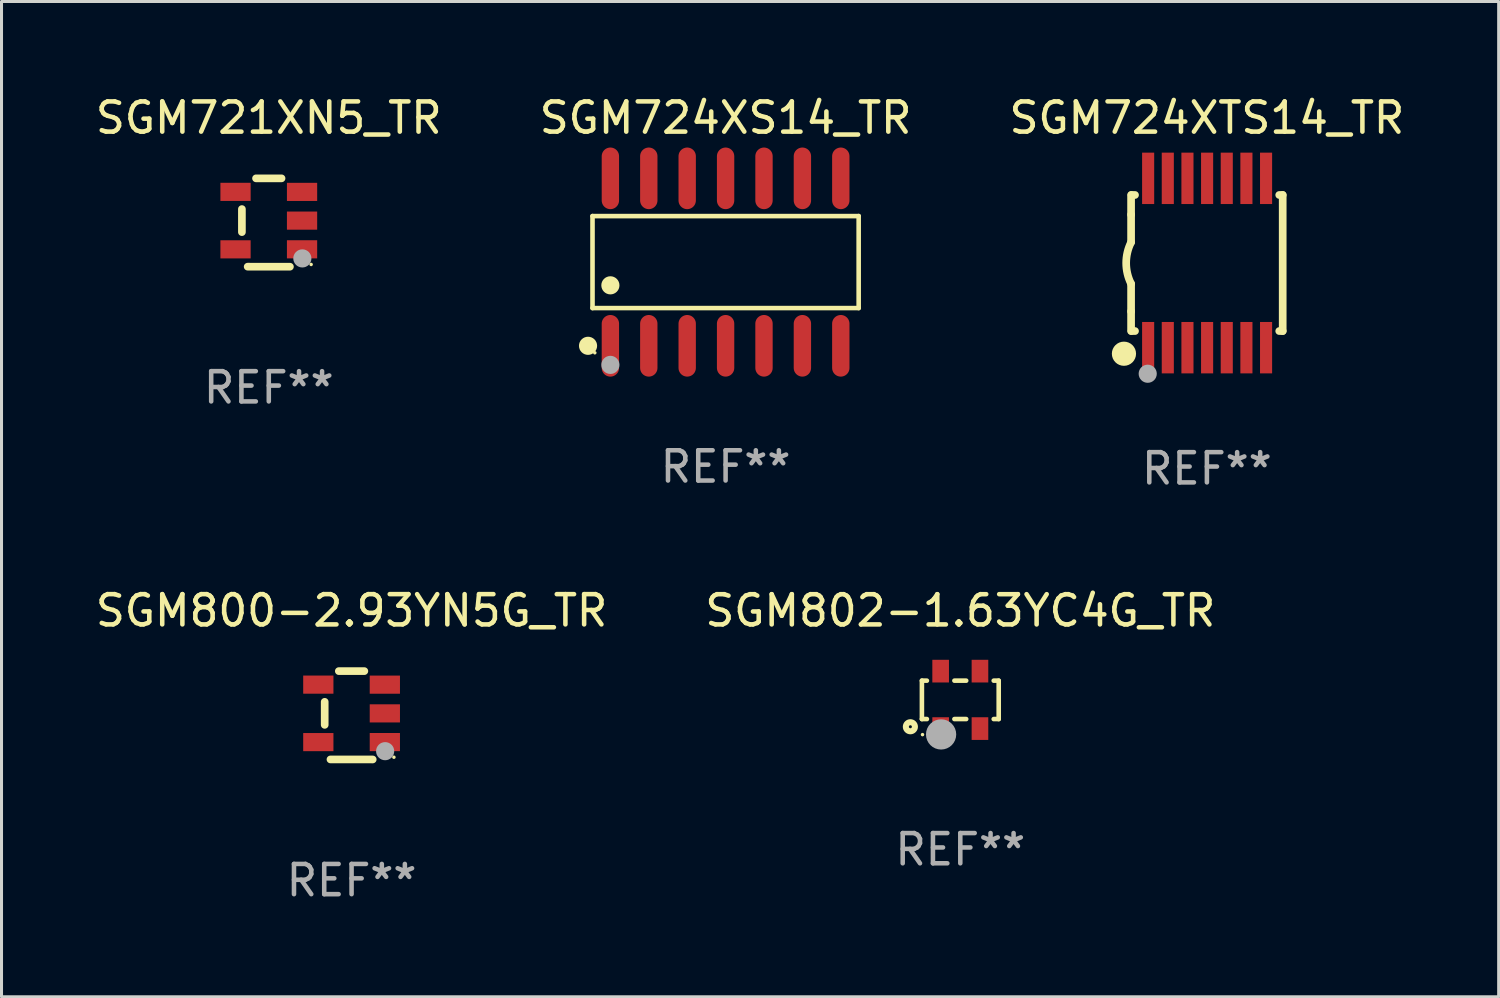
<source format=kicad_pcb>
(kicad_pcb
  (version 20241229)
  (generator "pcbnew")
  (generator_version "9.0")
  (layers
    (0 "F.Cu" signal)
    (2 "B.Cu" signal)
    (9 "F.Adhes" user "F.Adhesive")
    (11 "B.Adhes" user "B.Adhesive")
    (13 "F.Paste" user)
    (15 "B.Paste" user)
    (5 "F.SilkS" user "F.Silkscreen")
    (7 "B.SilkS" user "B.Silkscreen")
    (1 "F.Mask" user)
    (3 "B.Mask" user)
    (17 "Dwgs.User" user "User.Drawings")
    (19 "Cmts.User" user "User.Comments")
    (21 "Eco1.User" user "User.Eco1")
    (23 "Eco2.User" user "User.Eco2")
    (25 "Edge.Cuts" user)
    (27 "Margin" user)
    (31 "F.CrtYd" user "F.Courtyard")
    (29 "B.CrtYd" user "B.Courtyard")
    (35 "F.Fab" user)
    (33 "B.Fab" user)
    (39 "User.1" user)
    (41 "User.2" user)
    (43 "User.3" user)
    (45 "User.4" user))
  (footprint "SGM724XTS14_TR"
    (layer "F.Cu")
    (at 36.863 5.648)
    (property "Reference" "SGM724XTS14_TR" (at 0 -4.8 0) (layer "F.SilkS") (effects (font (size 1 1) (thickness 0.15))))
    (attr through_hole)
    (fp_line (start -2.507 -1.6) (end -2.507 -2.25) (stroke (width 0.254) (type solid)) (layer "F.SilkS"))
    (fp_line (start -2.507 -0.686) (end -2.507 -1.6) (stroke (width 0.254) (type solid)) (layer "F.SilkS"))
    (fp_line (start -2.507 1.6) (end -2.507 0.686) (stroke (width 0.254) (type solid)) (layer "F.SilkS"))
    (fp_line (start -2.507 1.6) (end -2.507 2.25) (stroke (width 0.254) (type solid)) (layer "F.SilkS"))
    (fp_line (start -2.493 -2.25) (end -2.377 -2.25) (stroke (width 0.254) (type solid)) (layer "F.SilkS"))
    (fp_line (start -2.377 2.25) (end -2.493 2.25) (stroke (width 0.254) (type solid)) (layer "F.SilkS"))
    (fp_line (start 2.392 -2.25) (end 2.507 -2.25) (stroke (width 0.254) (type solid)) (layer "F.SilkS"))
    (fp_line (start 2.507 -2.25) (end 2.507 2.25) (stroke (width 0.254) (type solid)) (layer "F.SilkS"))
    (fp_line (start 2.507 2.25) (end 2.392 2.25) (stroke (width 0.254) (type solid)) (layer "F.SilkS"))
    (fp_arc (start -2.507303 0.685802) (mid -2.669199 0) (end -2.507303 -0.685801) (stroke (width 0.254001) (type solid)) (layer "F.SilkS"))
    (fp_circle (center -2.743 3) (end -2.543 3) (stroke (width 0.4) (type solid)) (fill no) (layer "F.SilkS"))
    (fp_circle (center -2.493 3.2) (end -2.463 3.2) (stroke (width 0.06) (type solid)) (fill no) (layer "F.SilkS"))
    (fp_circle (center -1.957 3.662) (end -1.807 3.662) (stroke (width 0.3) (type solid)) (fill no) (layer "F.Fab"))
    (fp_text user "REF**" (at 0 6.8 0) (layer "F.Fab") (effects (font (size 1 1) (thickness 0.15))))
    (pad "1" smd rect (at -1.943 2.8) (size 0.4 1.7) (layers "F.Cu" "F.Mask" "F.Paste"))
    (pad "2" smd rect (at -1.293 2.8) (size 0.4 1.7) (layers "F.Cu" "F.Mask" "F.Paste"))
    (pad "3" smd rect (at -0.643 2.8) (size 0.4 1.7) (layers "F.Cu" "F.Mask" "F.Paste"))
    (pad "4" smd rect (at 0.007 2.8) (size 0.4 1.7) (layers "F.Cu" "F.Mask" "F.Paste"))
    (pad "5" smd rect (at 0.657 2.8) (size 0.4 1.7) (layers "F.Cu" "F.Mask" "F.Paste"))
    (pad "6" smd rect (at 1.307 2.8) (size 0.4 1.7) (layers "F.Cu" "F.Mask" "F.Paste"))
    (pad "7" smd rect (at 1.957 2.8) (size 0.4 1.7) (layers "F.Cu" "F.Mask" "F.Paste"))
    (pad "8" smd rect (at 1.957 -2.8) (size 0.4 1.7) (layers "F.Cu" "F.Mask" "F.Paste"))
    (pad "9" smd rect (at 1.307 -2.8) (size 0.4 1.7) (layers "F.Cu" "F.Mask" "F.Paste"))
    (pad "10" smd rect (at 0.657 -2.8) (size 0.4 1.7) (layers "F.Cu" "F.Mask" "F.Paste"))
    (pad "11" smd rect (at 0.007 -2.8) (size 0.4 1.7) (layers "F.Cu" "F.Mask" "F.Paste"))
    (pad "12" smd rect (at -0.643 -2.8) (size 0.4 1.7) (layers "F.Cu" "F.Mask" "F.Paste"))
    (pad "13" smd rect (at -1.293 -2.8) (size 0.4 1.7) (layers "F.Cu" "F.Mask" "F.Paste"))
    (pad "14" smd rect (at -1.943 -2.8) (size 0.4 1.7) (layers "F.Cu" "F.Mask" "F.Paste")))
  (footprint "SGM721XN5_TR"
    (layer "F.Cu")
    (at 5.839 4.309)
    (property "Reference" "SGM721XN5_TR" (at 0 -3.461 0) (layer "F.SilkS") (effects (font (size 1 1) (thickness 0.15))))
    (attr through_hole)
    (fp_line (start -0.889 0.317) (end -0.889 -0.445) (stroke (width 0.254) (type solid)) (layer "F.SilkS"))
    (fp_line (start -0.698 1.46) (end 0.699 1.461) (stroke (width 0.254) (type solid)) (layer "F.SilkS"))
    (fp_line (start -0.422 -1.461) (end 0.422 -1.461) (stroke (width 0.254) (type solid)) (layer "F.SilkS"))
    (fp_circle (center 1.4 1.387) (end 1.43 1.387) (stroke (width 0.06) (type solid)) (fill no) (layer "F.SilkS"))
    (fp_circle (center 1.11 1.187) (end 1.26 1.187) (stroke (width 0.3) (type solid)) (fill no) (layer "F.Fab"))
    (fp_text user "REF**" (at 0 5.461 0) (layer "F.Fab") (effects (font (size 1 1) (thickness 0.15))))
    (pad "1" smd rect (at 1.1 0.886 90) (size 0.6 1) (layers "F.Cu" "F.Mask" "F.Paste"))
    (pad "2" smd rect (at 1.1 -0.063 90) (size 0.6 1) (layers "F.Cu" "F.Mask" "F.Paste"))
    (pad "3" smd rect (at 1.1 -1.013 90) (size 0.6 1) (layers "F.Cu" "F.Mask" "F.Paste"))
    (pad "4" smd rect (at -1.1 -1.014 90) (size 0.6 1) (layers "F.Cu" "F.Mask" "F.Paste"))
    (pad "5" smd rect (at -1.1 0.887 90) (size 0.6 1) (layers "F.Cu" "F.Mask" "F.Paste")))
  (footprint "SGM802-1.63YC4G_TR"
    (layer "F.Cu")
    (at 28.708 20.095)
    (property "Reference" "SGM802-1.63YC4G_TR" (at 0 -2.95 0) (layer "F.SilkS") (effects (font (size 1 1) (thickness 0.15))))
    (attr through_hole)
    (fp_line (start -1.27 -0.635) (end -1.105 -0.635) (stroke (width 0.152) (type solid)) (layer "F.SilkS"))
    (fp_line (start -1.27 0.635) (end -1.27 -0.635) (stroke (width 0.152) (type solid)) (layer "F.SilkS"))
    (fp_line (start -1.105 0.635) (end -1.27 0.635) (stroke (width 0.152) (type solid)) (layer "F.SilkS"))
    (fp_line (start -0.195 -0.635) (end 0.195 -0.635) (stroke (width 0.152) (type solid)) (layer "F.SilkS"))
    (fp_line (start 0.195 0.635) (end -0.195 0.635) (stroke (width 0.152) (type solid)) (layer "F.SilkS"))
    (fp_line (start 1.105 -0.635) (end 1.27 -0.635) (stroke (width 0.152) (type solid)) (layer "F.SilkS"))
    (fp_line (start 1.27 -0.635) (end 1.27 0.635) (stroke (width 0.152) (type solid)) (layer "F.SilkS"))
    (fp_line (start 1.27 0.635) (end 1.105 0.635) (stroke (width 0.152) (type solid)) (layer "F.SilkS"))
    (fp_circle (center -1.651 0.889) (end -1.501 0.889) (stroke (width 0.2) (type solid)) (fill no) (layer "F.SilkS"))
    (fp_circle (center -1.25 1.15) (end -1.22 1.15) (stroke (width 0.06) (type solid)) (fill no) (layer "F.SilkS"))
    (fp_circle (center -0.635 1.143) (end -0.385 1.143) (stroke (width 0.5) (type solid)) (fill no) (layer "F.Fab"))
    (fp_text user "REF**" (at 0 4.95 0) (layer "F.Fab") (effects (font (size 1 1) (thickness 0.15))))
    (pad "1" smd rect (at -0.65 0.95) (size 0.55 0.75) (layers "F.Cu" "F.Mask" "F.Paste"))
    (pad "2" smd rect (at 0.65 0.95) (size 0.55 0.75) (layers "F.Cu" "F.Mask" "F.Paste"))
    (pad "3" smd rect (at 0.65 -0.95) (size 0.55 0.75) (layers "F.Cu" "F.Mask" "F.Paste"))
    (pad "4" smd rect (at -0.65 -0.95) (size 0.55 0.75) (layers "F.Cu" "F.Mask" "F.Paste")))
  (footprint "SGM800-2.93YN5G_TR"
    (layer "F.Cu")
    (at 8.577 20.605)
    (property "Reference" "SGM800-2.93YN5G_TR" (at 0 -3.461 0) (layer "F.SilkS") (effects (font (size 1 1) (thickness 0.15))))
    (attr through_hole)
    (fp_line (start -0.889 0.317) (end -0.889 -0.445) (stroke (width 0.254) (type solid)) (layer "F.SilkS"))
    (fp_line (start -0.698 1.46) (end 0.699 1.461) (stroke (width 0.254) (type solid)) (layer "F.SilkS"))
    (fp_line (start -0.422 -1.461) (end 0.422 -1.461) (stroke (width 0.254) (type solid)) (layer "F.SilkS"))
    (fp_circle (center 1.4 1.387) (end 1.43 1.387) (stroke (width 0.06) (type solid)) (fill no) (layer "F.SilkS"))
    (fp_circle (center 1.11 1.187) (end 1.26 1.187) (stroke (width 0.3) (type solid)) (fill no) (layer "F.Fab"))
    (fp_text user "REF**" (at 0 5.461 0) (layer "F.Fab") (effects (font (size 1 1) (thickness 0.15))))
    (pad "1" smd rect (at 1.1 0.886 90) (size 0.6 1) (layers "F.Cu" "F.Mask" "F.Paste"))
    (pad "2" smd rect (at 1.1 -0.063 90) (size 0.6 1) (layers "F.Cu" "F.Mask" "F.Paste"))
    (pad "3" smd rect (at 1.1 -1.013 90) (size 0.6 1) (layers "F.Cu" "F.Mask" "F.Paste"))
    (pad "4" smd rect (at -1.1 -1.014 90) (size 0.6 1) (layers "F.Cu" "F.Mask" "F.Paste"))
    (pad "5" smd rect (at -1.1 0.887 90) (size 0.6 1) (layers "F.Cu" "F.Mask" "F.Paste")))
  (footprint "SGM724XS14_TR"
    (layer "F.Cu")
    (at 20.946 5.617)
    (property "Reference" "SGM724XS14_TR" (at 0 -4.769 0) (layer "F.SilkS") (effects (font (size 1 1) (thickness 0.15))))
    (attr through_hole)
    (fp_line (start -4.401 -1.521) (end 4.401 -1.521) (stroke (width 0.152) (type solid)) (layer "F.SilkS"))
    (fp_line (start -4.401 1.521) (end -4.401 -1.521) (stroke (width 0.152) (type solid)) (layer "F.SilkS"))
    (fp_line (start 4.401 -1.521) (end 4.401 1.521) (stroke (width 0.152) (type solid)) (layer "F.SilkS"))
    (fp_line (start 4.401 1.521) (end -4.401 1.521) (stroke (width 0.152) (type solid)) (layer "F.SilkS"))
    (fp_circle (center -4.549 2.769) (end -4.399 2.769) (stroke (width 0.3) (type solid)) (fill no) (layer "F.SilkS"))
    (fp_circle (center -4.325 3) (end -4.295 3) (stroke (width 0.06) (type solid)) (fill no) (layer "F.SilkS"))
    (fp_circle (center -3.81 0.769) (end -3.66 0.769) (stroke (width 0.3) (type solid)) (fill no) (layer "F.SilkS"))
    (fp_circle (center -3.81 3.4) (end -3.66 3.4) (stroke (width 0.3) (type solid)) (fill no) (layer "F.Fab"))
    (fp_text user "REF**" (at 0 6.769 0) (layer "F.Fab") (effects (font (size 1 1) (thickness 0.15))))
    (pad "1" smd oval (at -3.81 2.769) (size 0.574 2.038) (layers "F.Cu" "F.Mask" "F.Paste"))
    (pad "2" smd oval (at -2.54 2.769) (size 0.574 2.038) (layers "F.Cu" "F.Mask" "F.Paste"))
    (pad "3" smd oval (at -1.27 2.769) (size 0.574 2.038) (layers "F.Cu" "F.Mask" "F.Paste"))
    (pad "4" smd oval (at 0 2.769) (size 0.574 2.038) (layers "F.Cu" "F.Mask" "F.Paste"))
    (pad "5" smd oval (at 1.27 2.769) (size 0.574 2.038) (layers "F.Cu" "F.Mask" "F.Paste"))
    (pad "6" smd oval (at 2.54 2.769) (size 0.574 2.038) (layers "F.Cu" "F.Mask" "F.Paste"))
    (pad "7" smd oval (at 3.81 2.769) (size 0.574 2.038) (layers "F.Cu" "F.Mask" "F.Paste"))
    (pad "8" smd oval (at 3.81 -2.769) (size 0.574 2.038) (layers "F.Cu" "F.Mask" "F.Paste"))
    (pad "9" smd oval (at 2.54 -2.769) (size 0.574 2.038) (layers "F.Cu" "F.Mask" "F.Paste"))
    (pad "10" smd oval (at 1.27 -2.769) (size 0.574 2.038) (layers "F.Cu" "F.Mask" "F.Paste"))
    (pad "11" smd oval (at 0 -2.769) (size 0.574 2.038) (layers "F.Cu" "F.Mask" "F.Paste"))
    (pad "12" smd oval (at -1.27 -2.769) (size 0.574 2.038) (layers "F.Cu" "F.Mask" "F.Paste"))
    (pad "13" smd oval (at -2.54 -2.769) (size 0.574 2.038) (layers "F.Cu" "F.Mask" "F.Paste"))
    (pad "14" smd oval (at -3.81 -2.769) (size 0.574 2.038) (layers "F.Cu" "F.Mask" "F.Paste")))
  (gr_rect
    (start -3 -3)
    (end 46.512 29.914)
    (stroke (width 0.1) (type default))
    (fill no)
    (layer "Edge.Cuts")))
</source>
